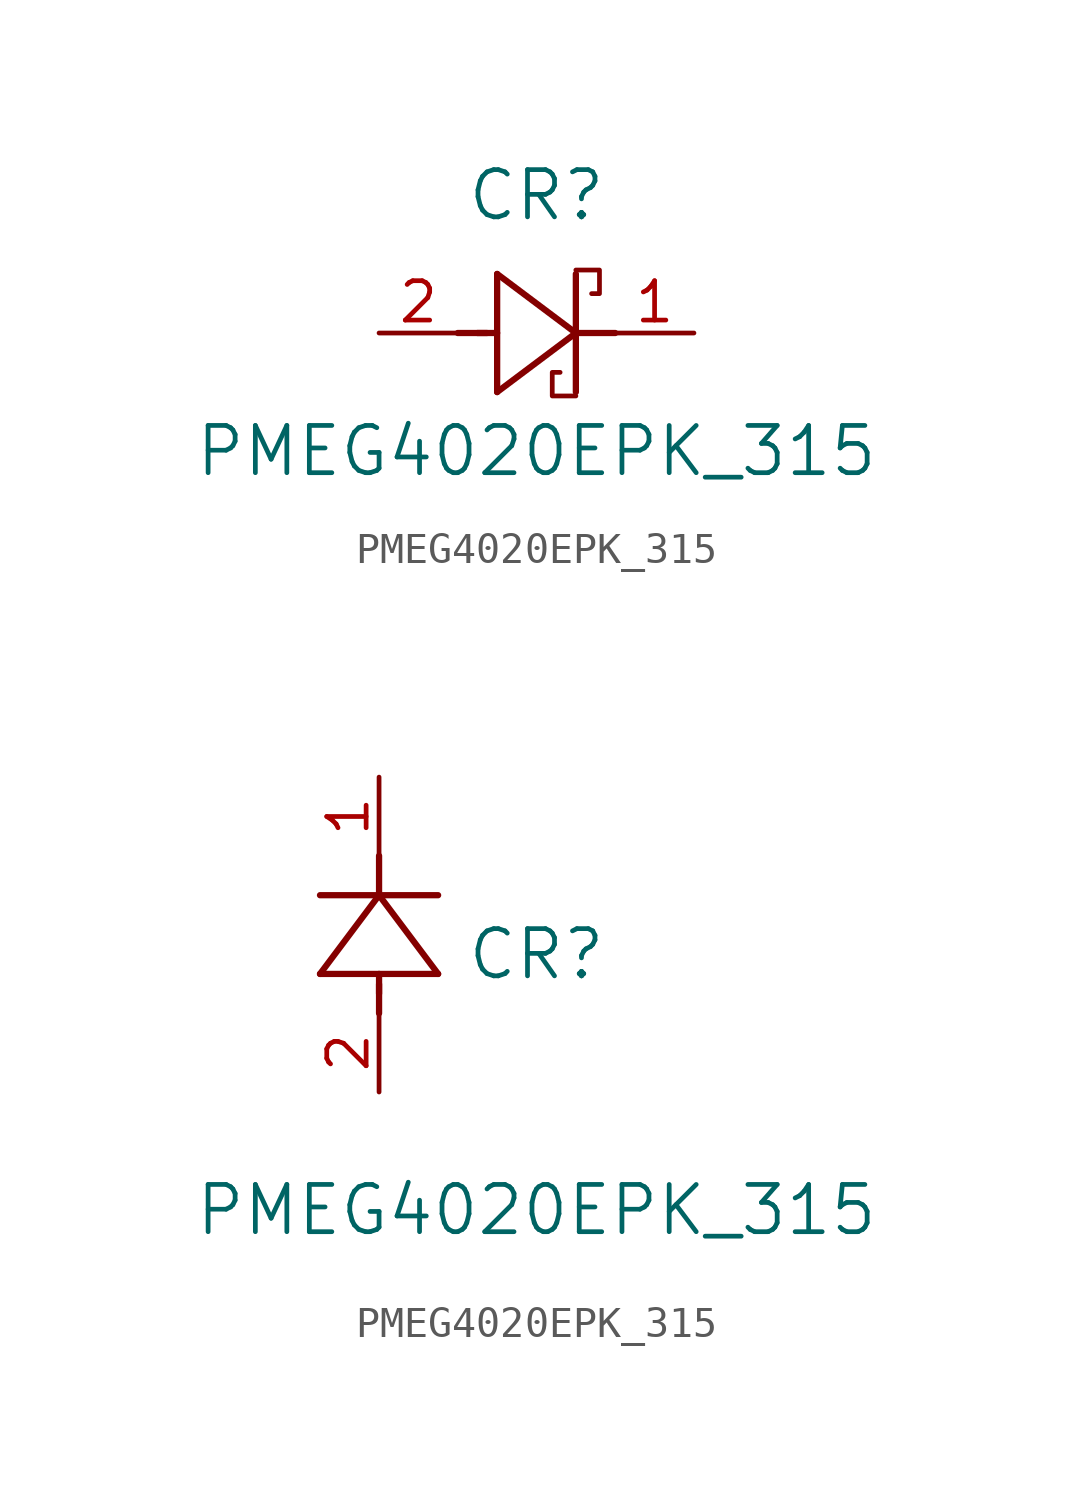
<source format=kicad_sym>
(kicad_symbol_lib
  (version 20220914)
  (generator kicad_symbol_editor)
  (symbol "PMEG4020EPK_315"
    (pin_names
      (offset 0.254))
    (property "Reference" "CR"
      (at 5.08 4.445 0)
      (effects (font (size 1.524 1.524))))
    (property "Value" "PMEG4020EPK_315"
      (at 5.08 -3.81 0)
      (effects (font (size 1.524 1.524))))
    (symbol "PMEG4020EPK_315_0_1"
      (polyline (pts (xy 6.35 -2.032) (xy 5.588 -2.032) (xy 5.588 -1.27) (xy 5.842 -1.27)) (stroke (width 0) (type default)) (fill (type none)))
      (polyline (pts (xy 6.35 2.032) (xy 7.112 2.032) (xy 7.112 1.27) (xy 6.858 1.27)) (stroke (width 0) (type default)) (fill (type none))))
    (symbol "PMEG4020EPK_315_1_1"
      (polyline (pts (xy 2.54 0) (xy 3.48 0)) (stroke (width 0.203) (type default)) (fill (type none)))
      (polyline (pts (xy 3.175 0) (xy 3.81 0)) (stroke (width 0.203) (type default)) (fill (type none)))
      (polyline (pts (xy 3.81 -1.905) (xy 6.35 0)) (stroke (width 0.203) (type default)) (fill (type none)))
      (polyline (pts (xy 3.81 1.905) (xy 3.81 -1.905)) (stroke (width 0.203) (type default)) (fill (type none)))
      (polyline (pts (xy 6.35 -1.905) (xy 6.35 1.905)) (stroke (width 0.203) (type default)) (fill (type none)))
      (polyline (pts (xy 6.35 0) (xy 3.81 1.905)) (stroke (width 0.203) (type default)) (fill (type none)))
      (polyline (pts (xy 6.35 0) (xy 7.62 0)) (stroke (width 0.203) (type default)) (fill (type none)))
      (pin passive line (at 10.16 0 180) (length 2.54) (name "" (effects (font (size 1.27 1.27)))) (number "1" (effects (font (size 1.27 1.27)))))
      (pin passive line (at 0 0 0) (length 2.54) (name "" (effects (font (size 1.27 1.27)))) (number "2" (effects (font (size 1.27 1.27))))))
    (symbol "PMEG4020EPK_315_1_2"
      (polyline (pts (xy -1.905 3.81) (xy 1.905 3.81)) (stroke (width 0.203) (type default)) (fill (type none)))
      (polyline (pts (xy 0 2.54) (xy 0 3.48)) (stroke (width 0.203) (type default)) (fill (type none)))
      (polyline (pts (xy 0 3.175) (xy 0 3.81)) (stroke (width 0.203) (type default)) (fill (type none)))
      (polyline (pts (xy 0 6.35) (xy -1.905 3.81)) (stroke (width 0.203) (type default)) (fill (type none)))
      (polyline (pts (xy 0 6.35) (xy 0 7.62)) (stroke (width 0.203) (type default)) (fill (type none)))
      (polyline (pts (xy 1.905 3.81) (xy 0 6.35)) (stroke (width 0.203) (type default)) (fill (type none)))
      (polyline (pts (xy 1.905 6.35) (xy -1.905 6.35)) (stroke (width 0.203) (type default)) (fill (type none)))
      (pin unspecified line (at 0 10.16 270) (length 2.54) (name "" (effects (font (size 1.27 1.27)))) (number "1" (effects (font (size 1.27 1.27)))))
      (pin unspecified line (at 0 0 90) (length 2.54) (name "" (effects (font (size 1.27 1.27)))) (number "2" (effects (font (size 1.27 1.27))))))))
</source>
